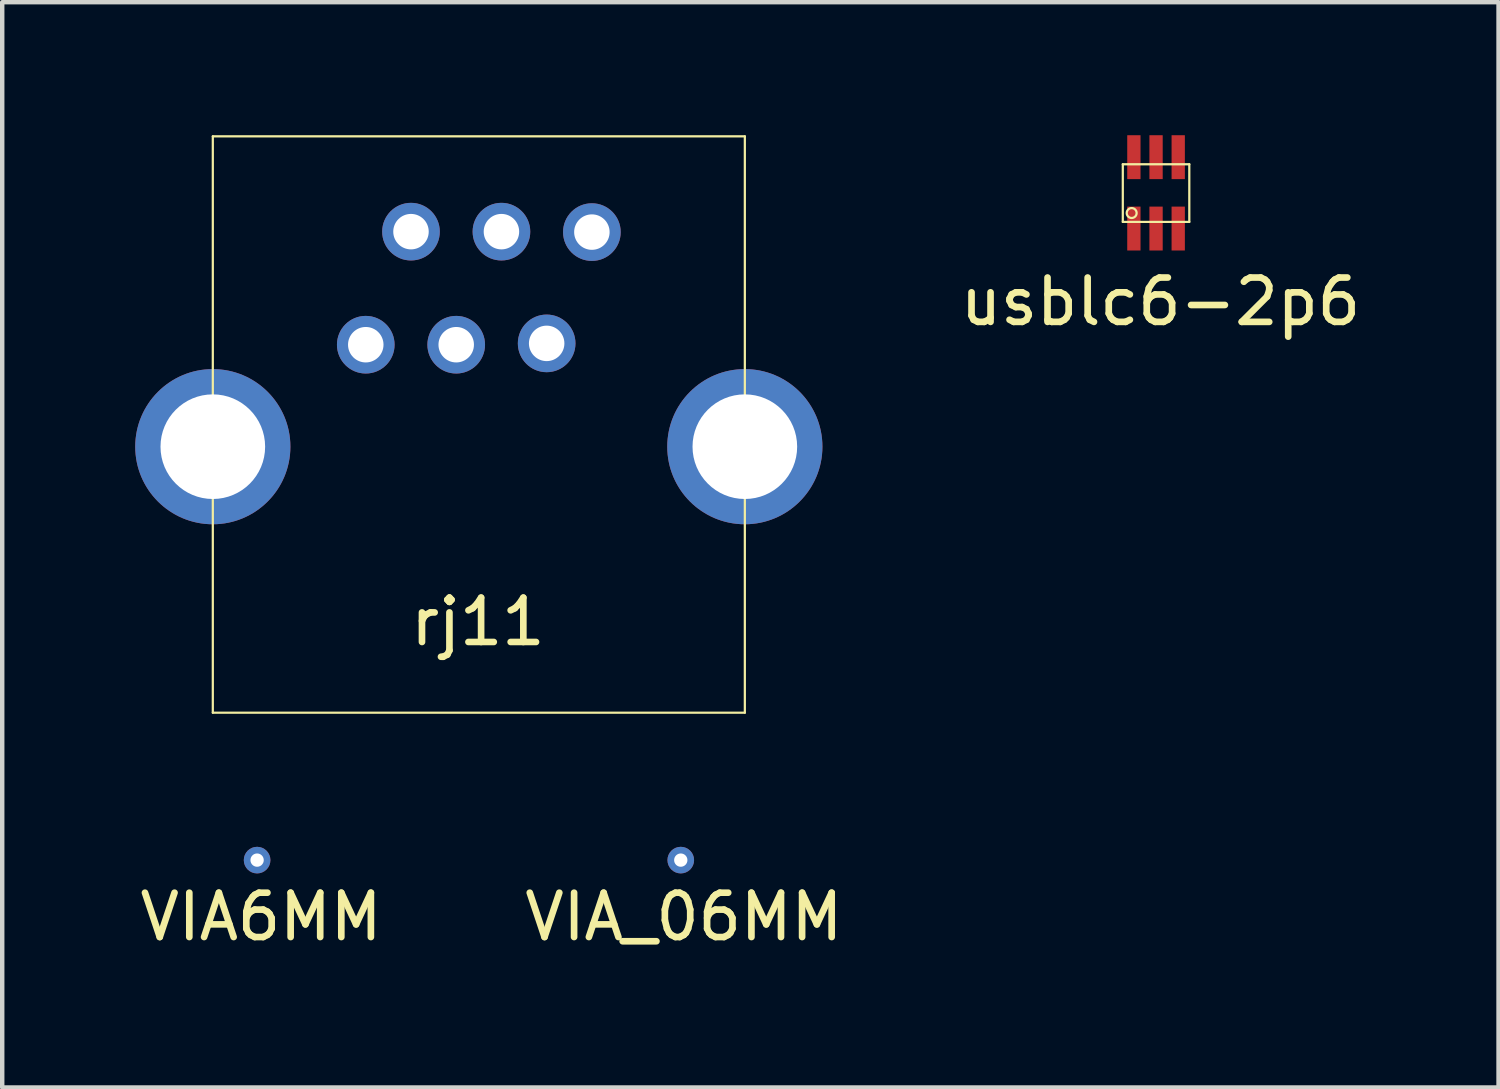
<source format=kicad_pcb>
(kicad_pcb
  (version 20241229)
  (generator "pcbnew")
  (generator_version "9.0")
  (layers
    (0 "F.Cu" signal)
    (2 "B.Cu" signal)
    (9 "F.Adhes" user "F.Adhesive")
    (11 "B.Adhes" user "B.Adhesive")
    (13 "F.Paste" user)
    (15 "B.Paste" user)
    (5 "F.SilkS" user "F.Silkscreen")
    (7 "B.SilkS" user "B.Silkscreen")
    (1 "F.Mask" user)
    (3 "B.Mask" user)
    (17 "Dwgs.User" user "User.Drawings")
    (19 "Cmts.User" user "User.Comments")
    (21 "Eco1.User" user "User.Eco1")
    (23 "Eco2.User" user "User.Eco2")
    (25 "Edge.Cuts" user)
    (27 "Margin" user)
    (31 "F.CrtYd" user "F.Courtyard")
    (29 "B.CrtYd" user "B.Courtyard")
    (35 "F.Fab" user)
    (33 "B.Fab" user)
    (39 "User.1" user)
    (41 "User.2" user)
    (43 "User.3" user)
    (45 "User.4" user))
  (footprint "rj11"
    (layer "F.Cu")
    (at 7.75 7.025)
    (property "Reference" "rj11" (at -0.02 3.95 0) (layer "F.SilkS") (effects (font (size 1 1) (thickness 0.15))))
    (attr through_hole)
    (fp_line (start -6 -7) (end 6 -7) (stroke (width 0.05) (type solid)) (layer "F.SilkS"))
    (fp_line (start -6 6) (end -6 -7) (stroke (width 0.05) (type solid)) (layer "F.SilkS"))
    (fp_line (start -6 6) (end 6 6) (stroke (width 0.05) (type solid)) (layer "F.SilkS"))
    (fp_line (start 6 6) (end 6 -7) (stroke (width 0.05) (type solid)) (layer "F.SilkS"))
    (pad "1" thru_hole circle (at -2.55 -2.3) (size 1.3 1.3) (drill 0.8) (layers "*.Cu" "*.Mask"))
    (pad "2" thru_hole circle (at -1.53 -4.85) (size 1.3 1.3) (drill 0.8) (layers "*.Cu" "*.Mask"))
    (pad "3" thru_hole circle (at -0.51 -2.3) (size 1.3 1.3) (drill 0.8) (layers "*.Cu" "*.Mask"))
    (pad "4" thru_hole circle (at 0.51 -4.85) (size 1.3 1.3) (drill 0.8) (layers "*.Cu" "*.Mask"))
    (pad "5" thru_hole circle (at 1.53 -2.33) (size 1.3 1.3) (drill 0.8) (layers "*.Cu" "*.Mask"))
    (pad "6" thru_hole circle (at 2.55 -4.84) (size 1.3 1.3) (drill 0.8) (layers "*.Cu" "*.Mask"))
    (pad "7" thru_hole circle (at -6 0) (size 3.5 3.5) (drill 2.36) (layers "*.Cu" "*.Mask"))
    (pad "7" thru_hole circle (at 6 0) (size 3.5 3.5) (drill 2.36) (layers "*.Cu" "*.Mask")))
  (footprint "VIA_06MM"
    (layer "F.Cu")
    (at 12.305 16.35)
    (property "Reference" "VIA_06MM" (at 0.07 1.28 0) (layer "F.SilkS") (effects (font (size 1 1) (thickness 0.15))))
    (attr through_hole)
    (pad "1" thru_hole circle (at 0 0) (size 0.6 0.6) (drill 0.3) (layers "*.Cu")))
  (footprint "usblc6-2p6"
    (layer "F.Cu")
    (at 23.025 1.305)
    (property "Reference" "usblc6-2p6" (at 0.1 2.45 0) (layer "F.SilkS") (effects (font (size 1 1) (thickness 0.15))))
    (attr through_hole)
    (fp_line (start -0.75 -0.65) (end -0.75 0.65) (stroke (width 0.05) (type solid)) (layer "F.SilkS"))
    (fp_line (start -0.75 0.65) (end 0.75 0.65) (stroke (width 0.05) (type solid)) (layer "F.SilkS"))
    (fp_line (start 0.75 -0.65) (end -0.75 -0.65) (stroke (width 0.05) (type solid)) (layer "F.SilkS"))
    (fp_line (start 0.75 0.65) (end 0.75 -0.65) (stroke (width 0.05) (type solid)) (layer "F.SilkS"))
    (fp_circle (center -0.55 0.45) (end -0.5 0.35) (stroke (width 0.05) (type solid)) (fill no) (layer "F.SilkS"))
    (pad "1" smd rect (at -0.5 0.8) (size 0.3 0.99) (layers "F.Cu" "F.Mask" "F.Paste"))
    (pad "2" smd rect (at 0 0.8) (size 0.3 0.99) (layers "F.Cu" "F.Mask" "F.Paste"))
    (pad "3" smd rect (at 0.5 0.8) (size 0.3 0.99) (layers "F.Cu" "F.Mask" "F.Paste"))
    (pad "4" smd rect (at 0.5 -0.81) (size 0.3 0.99) (layers "F.Cu" "F.Mask" "F.Paste"))
    (pad "5" smd rect (at 0 -0.81) (size 0.3 0.99) (layers "F.Cu" "F.Mask" "F.Paste"))
    (pad "6" smd rect (at -0.5 -0.81) (size 0.3 0.99) (layers "F.Cu" "F.Mask" "F.Paste")))
  (footprint "VIA6MM"
    (layer "F.Cu")
    (at 2.749 16.35)
    (property "Reference" "VIA6MM" (at 0.09 1.28 0) (layer "F.SilkS") (effects (font (size 1 1) (thickness 0.15))))
    (attr through_hole)
    (pad "1" thru_hole circle (at 0 0) (size 0.6 0.6) (drill 0.3) (layers "*.Cu")))
  (gr_rect
    (start -3 -3)
    (end 30.75 21.478)
    (stroke (width 0.1) (type default))
    (fill no)
    (layer "Edge.Cuts")))
</source>
